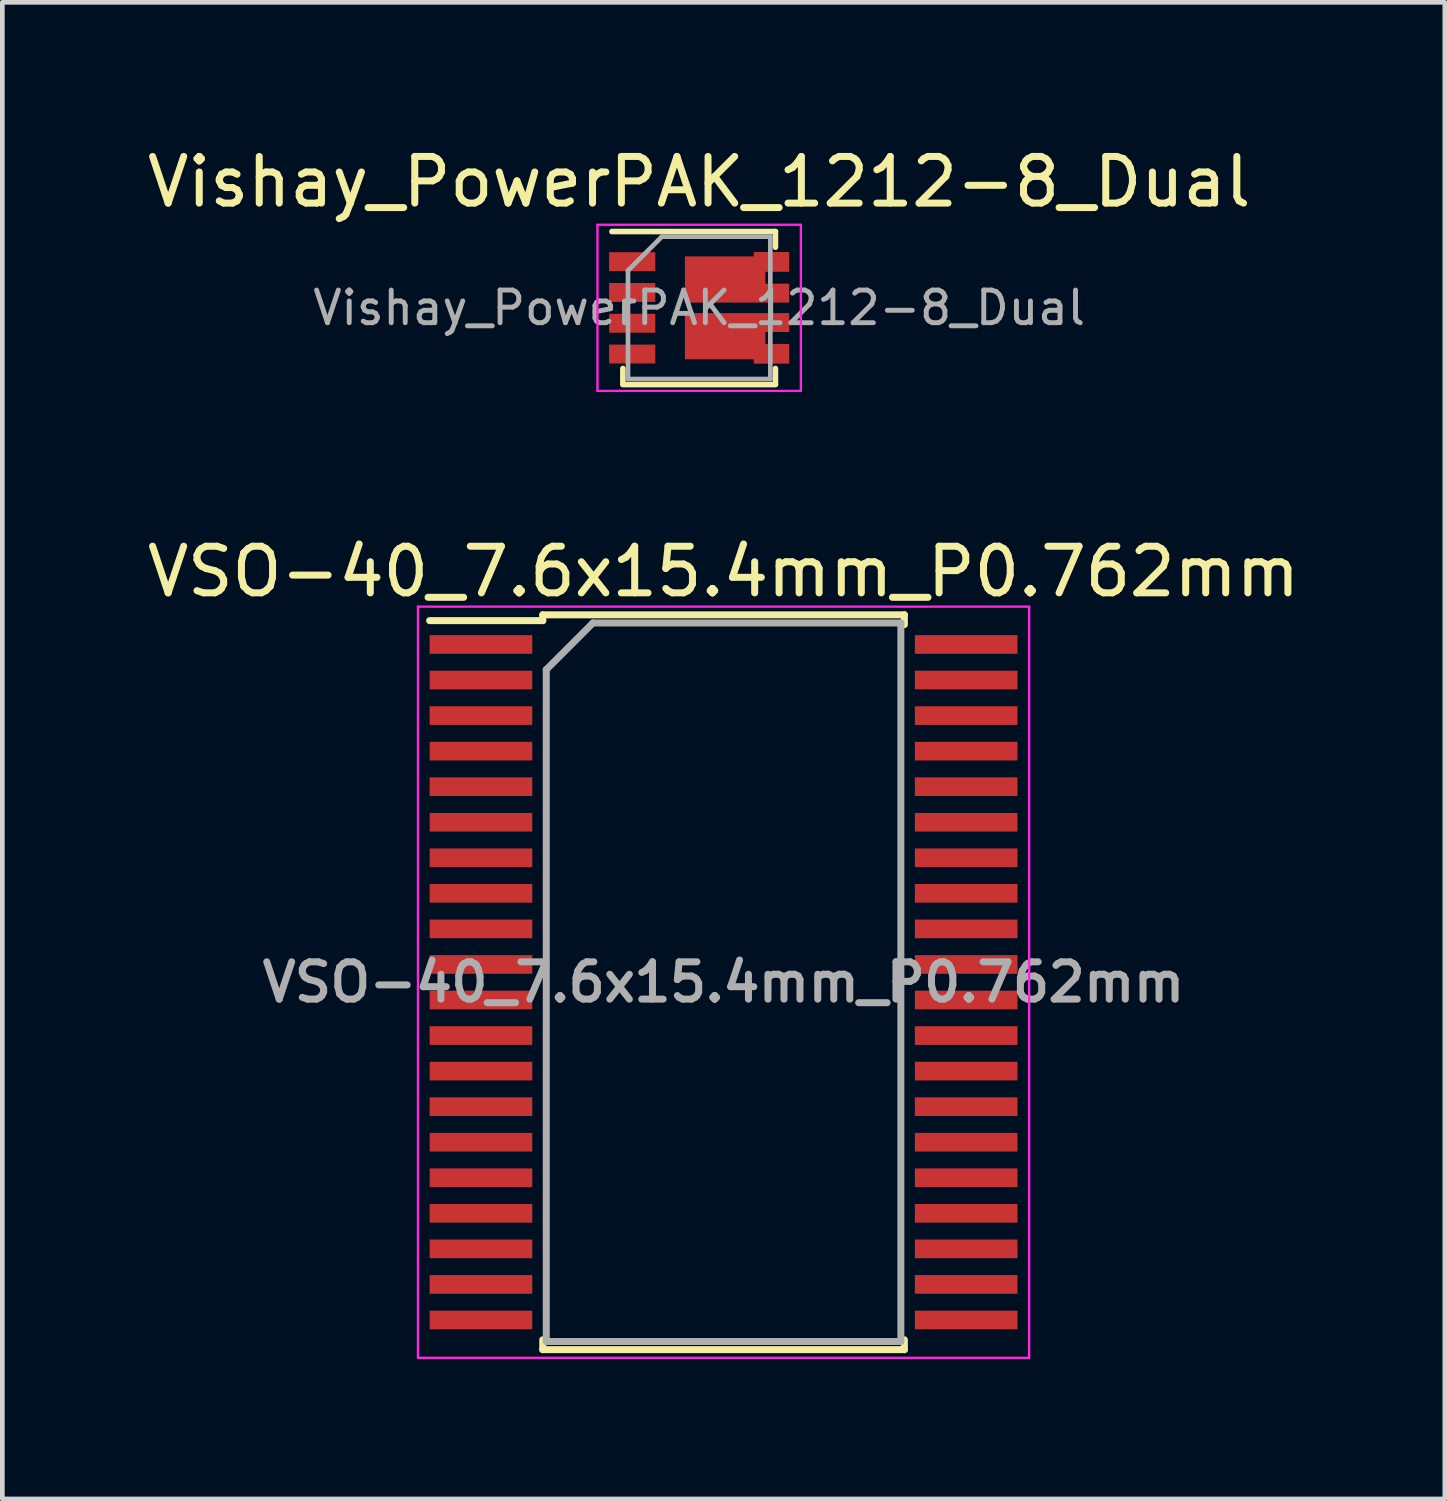
<source format=kicad_pcb>
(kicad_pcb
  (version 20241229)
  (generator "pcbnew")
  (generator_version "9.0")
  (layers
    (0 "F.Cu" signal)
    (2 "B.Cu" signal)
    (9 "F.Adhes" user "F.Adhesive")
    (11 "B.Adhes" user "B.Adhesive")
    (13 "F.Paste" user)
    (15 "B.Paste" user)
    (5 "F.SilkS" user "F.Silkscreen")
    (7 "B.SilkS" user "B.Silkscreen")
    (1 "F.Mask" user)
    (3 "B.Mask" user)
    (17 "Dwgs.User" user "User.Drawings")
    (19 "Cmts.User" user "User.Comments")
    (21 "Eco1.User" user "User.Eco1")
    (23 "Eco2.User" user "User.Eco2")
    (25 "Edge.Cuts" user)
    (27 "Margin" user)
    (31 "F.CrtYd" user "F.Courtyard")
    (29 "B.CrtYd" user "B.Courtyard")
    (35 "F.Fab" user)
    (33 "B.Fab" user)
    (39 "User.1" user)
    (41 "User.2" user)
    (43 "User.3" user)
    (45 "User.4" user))
  (footprint "VSO-40_7.6x15.4mm_P0.762mm"
    (layer "F.Cu")
    (at 12.458 18.002)
    (property "Reference" "VSO-40_7.6x15.4mm_P0.762mm" (at 0 -8.8 0) (layer "F.SilkS") (effects (font (size 1 1) (thickness 0.15))))
    (attr smd)
    (fp_line (start -3.875 -7.875) (end -3.875 -7.75) (stroke (width 0.15) (type solid)) (layer "F.SilkS"))
    (fp_line (start -3.875 -7.875) (end 3.875 -7.875) (stroke (width 0.15) (type solid)) (layer "F.SilkS"))
    (fp_line (start -3.875 -7.75) (end -6.3 -7.75) (stroke (width 0.15) (type solid)) (layer "F.SilkS"))
    (fp_line (start -3.875 7.875) (end -3.875 7.664) (stroke (width 0.15) (type solid)) (layer "F.SilkS"))
    (fp_line (start -3.875 7.875) (end 3.875 7.875) (stroke (width 0.15) (type solid)) (layer "F.SilkS"))
    (fp_line (start 3.875 -7.875) (end 3.875 -7.664) (stroke (width 0.15) (type solid)) (layer "F.SilkS"))
    (fp_line (start 3.875 7.875) (end 3.875 7.664) (stroke (width 0.15) (type solid)) (layer "F.SilkS"))
    (fp_line (start -6.55 -8.05) (end -6.55 8.05) (stroke (width 0.05) (type solid)) (layer "F.CrtYd"))
    (fp_line (start -6.55 -8.05) (end 6.55 -8.05) (stroke (width 0.05) (type solid)) (layer "F.CrtYd"))
    (fp_line (start -6.55 8.05) (end 6.55 8.05) (stroke (width 0.05) (type solid)) (layer "F.CrtYd"))
    (fp_line (start 6.55 -8.05) (end 6.55 8.05) (stroke (width 0.05) (type solid)) (layer "F.CrtYd"))
    (fp_line (start -3.8 -6.7) (end -2.8 -7.7) (stroke (width 0.15) (type solid)) (layer "F.Fab"))
    (fp_line (start -3.8 7.7) (end -3.8 -6.7) (stroke (width 0.15) (type solid)) (layer "F.Fab"))
    (fp_line (start -2.8 -7.7) (end 3.8 -7.7) (stroke (width 0.15) (type solid)) (layer "F.Fab"))
    (fp_line (start 3.8 -7.7) (end 3.8 7.7) (stroke (width 0.15) (type solid)) (layer "F.Fab"))
    (fp_line (start 3.8 7.7) (end -3.8 7.7) (stroke (width 0.15) (type solid)) (layer "F.Fab"))
    (fp_text user "${REFERENCE}" (at 0 0 0) (layer "F.Fab") (effects (font (size 0.8 0.8) (thickness 0.15))))
    (pad "1" smd rect (at -5.2 -7.239) (size 2.2 0.4) (layers "F.Cu" "F.Mask" "F.Paste"))
    (pad "2" smd rect (at -5.2 -6.477) (size 2.2 0.4) (layers "F.Cu" "F.Mask" "F.Paste"))
    (pad "3" smd rect (at -5.2 -5.715) (size 2.2 0.4) (layers "F.Cu" "F.Mask" "F.Paste"))
    (pad "4" smd rect (at -5.2 -4.953) (size 2.2 0.4) (layers "F.Cu" "F.Mask" "F.Paste"))
    (pad "5" smd rect (at -5.2 -4.191) (size 2.2 0.4) (layers "F.Cu" "F.Mask" "F.Paste"))
    (pad "6" smd rect (at -5.2 -3.429) (size 2.2 0.4) (layers "F.Cu" "F.Mask" "F.Paste"))
    (pad "7" smd rect (at -5.2 -2.667) (size 2.2 0.4) (layers "F.Cu" "F.Mask" "F.Paste"))
    (pad "8" smd rect (at -5.2 -1.905) (size 2.2 0.4) (layers "F.Cu" "F.Mask" "F.Paste"))
    (pad "9" smd rect (at -5.2 -1.143) (size 2.2 0.4) (layers "F.Cu" "F.Mask" "F.Paste"))
    (pad "10" smd rect (at -5.2 -0.381) (size 2.2 0.4) (layers "F.Cu" "F.Mask" "F.Paste"))
    (pad "11" smd rect (at -5.2 0.381) (size 2.2 0.4) (layers "F.Cu" "F.Mask" "F.Paste"))
    (pad "12" smd rect (at -5.2 1.143) (size 2.2 0.4) (layers "F.Cu" "F.Mask" "F.Paste"))
    (pad "13" smd rect (at -5.2 1.905) (size 2.2 0.4) (layers "F.Cu" "F.Mask" "F.Paste"))
    (pad "14" smd rect (at -5.2 2.667) (size 2.2 0.4) (layers "F.Cu" "F.Mask" "F.Paste"))
    (pad "15" smd rect (at -5.2 3.429) (size 2.2 0.4) (layers "F.Cu" "F.Mask" "F.Paste"))
    (pad "16" smd rect (at -5.2 4.191) (size 2.2 0.4) (layers "F.Cu" "F.Mask" "F.Paste"))
    (pad "17" smd rect (at -5.2 4.953) (size 2.2 0.4) (layers "F.Cu" "F.Mask" "F.Paste"))
    (pad "18" smd rect (at -5.2 5.715) (size 2.2 0.4) (layers "F.Cu" "F.Mask" "F.Paste"))
    (pad "19" smd rect (at -5.2 6.477) (size 2.2 0.4) (layers "F.Cu" "F.Mask" "F.Paste"))
    (pad "20" smd rect (at -5.2 7.239) (size 2.2 0.4) (layers "F.Cu" "F.Mask" "F.Paste"))
    (pad "21" smd rect (at 5.2 7.239) (size 2.2 0.4) (layers "F.Cu" "F.Mask" "F.Paste"))
    (pad "22" smd rect (at 5.2 6.477) (size 2.2 0.4) (layers "F.Cu" "F.Mask" "F.Paste"))
    (pad "23" smd rect (at 5.2 5.715) (size 2.2 0.4) (layers "F.Cu" "F.Mask" "F.Paste"))
    (pad "24" smd rect (at 5.2 4.953) (size 2.2 0.4) (layers "F.Cu" "F.Mask" "F.Paste"))
    (pad "25" smd rect (at 5.2 4.191) (size 2.2 0.4) (layers "F.Cu" "F.Mask" "F.Paste"))
    (pad "26" smd rect (at 5.2 3.429) (size 2.2 0.4) (layers "F.Cu" "F.Mask" "F.Paste"))
    (pad "27" smd rect (at 5.2 2.667) (size 2.2 0.4) (layers "F.Cu" "F.Mask" "F.Paste"))
    (pad "28" smd rect (at 5.2 1.905) (size 2.2 0.4) (layers "F.Cu" "F.Mask" "F.Paste"))
    (pad "29" smd rect (at 5.2 1.143) (size 2.2 0.4) (layers "F.Cu" "F.Mask" "F.Paste"))
    (pad "30" smd rect (at 5.2 0.381) (size 2.2 0.4) (layers "F.Cu" "F.Mask" "F.Paste"))
    (pad "31" smd rect (at 5.2 -0.381) (size 2.2 0.4) (layers "F.Cu" "F.Mask" "F.Paste"))
    (pad "32" smd rect (at 5.2 -1.143) (size 2.2 0.4) (layers "F.Cu" "F.Mask" "F.Paste"))
    (pad "33" smd rect (at 5.2 -1.905) (size 2.2 0.4) (layers "F.Cu" "F.Mask" "F.Paste"))
    (pad "34" smd rect (at 5.2 -2.667) (size 2.2 0.4) (layers "F.Cu" "F.Mask" "F.Paste"))
    (pad "35" smd rect (at 5.2 -3.429) (size 2.2 0.4) (layers "F.Cu" "F.Mask" "F.Paste"))
    (pad "36" smd rect (at 5.2 -4.191) (size 2.2 0.4) (layers "F.Cu" "F.Mask" "F.Paste"))
    (pad "37" smd rect (at 5.2 -4.953) (size 2.2 0.4) (layers "F.Cu" "F.Mask" "F.Paste"))
    (pad "38" smd rect (at 5.2 -5.715) (size 2.2 0.4) (layers "F.Cu" "F.Mask" "F.Paste"))
    (pad "39" smd rect (at 5.2 -6.477) (size 2.2 0.4) (layers "F.Cu" "F.Mask" "F.Paste"))
    (pad "40" smd rect (at 5.2 -7.239) (size 2.2 0.4) (layers "F.Cu" "F.Mask" "F.Paste")))
  (footprint "Vishay_PowerPAK_1212-8_Dual"
    (layer "F.Cu")
    (at 11.935 3.548)
    (property "Reference" "Vishay_PowerPAK_1212-8_Dual" (at 0 -2.7 0) (layer "F.SilkS") (effects (font (size 1 1) (thickness 0.15))))
    (attr smd)
    (fp_line (start -1.87 -1.635) (end 1.635 -1.635) (stroke (width 0.12) (type solid)) (layer "F.SilkS"))
    (fp_line (start -1.635 1.3) (end -1.635 1.635) (stroke (width 0.12) (type solid)) (layer "F.SilkS"))
    (fp_line (start -1.635 1.645) (end 1.635 1.645) (stroke (width 0.12) (type solid)) (layer "F.SilkS"))
    (fp_line (start 1.635 -1.635) (end 1.635 -1.3) (stroke (width 0.12) (type solid)) (layer "F.SilkS"))
    (fp_line (start 1.635 1.3) (end 1.635 1.635) (stroke (width 0.12) (type solid)) (layer "F.SilkS"))
    (fp_line (start -2.18 -1.78) (end -2.18 1.78) (stroke (width 0.05) (type solid)) (layer "F.CrtYd"))
    (fp_line (start -2.18 -1.78) (end 2.18 -1.78) (stroke (width 0.05) (type solid)) (layer "F.CrtYd"))
    (fp_line (start -2.18 1.78) (end 2.18 1.78) (stroke (width 0.05) (type solid)) (layer "F.CrtYd"))
    (fp_line (start 2.18 -1.78) (end 2.18 1.78) (stroke (width 0.05) (type solid)) (layer "F.CrtYd"))
    (fp_line (start -1.525 -0.8) (end -1.525 1.525) (stroke (width 0.1) (type solid)) (layer "F.Fab"))
    (fp_line (start -1.525 -0.8) (end -0.8 -1.525) (stroke (width 0.1) (type solid)) (layer "F.Fab"))
    (fp_line (start -1.525 1.525) (end 1.525 1.525) (stroke (width 0.1) (type solid)) (layer "F.Fab"))
    (fp_line (start -0.8 -1.525) (end 1.525 -1.525) (stroke (width 0.1) (type solid)) (layer "F.Fab"))
    (fp_line (start 1.525 -1.525) (end 1.525 1.525) (stroke (width 0.1) (type solid)) (layer "F.Fab"))
    (fp_text user "${REFERENCE}" (at 0 0 0) (layer "F.Fab") (effects (font (size 0.7 0.7) (thickness 0.105))))
    (pad "1" smd rect (at -1.435 -0.99) (size 0.99 0.405) (layers "F.Cu" "F.Mask" "F.Paste"))
    (pad "2" smd rect (at -1.435 -0.33) (size 0.99 0.405) (layers "F.Cu" "F.Mask" "F.Paste"))
    (pad "3" smd rect (at -1.435 0.33) (size 0.99 0.405) (layers "F.Cu" "F.Mask" "F.Paste"))
    (pad "4" smd rect (at -1.435 0.99) (size 0.99 0.405) (layers "F.Cu" "F.Mask" "F.Paste"))
    (pad "5" smd custom (at 0.557 0.608) (size 1.725 0.99) (layers "F.Cu" "F.Mask" "F.Paste") (options (anchor rect)) (primitives (gr_poly (pts (xy 0.613 -0.495) (xy 1.373 -0.495) (xy 1.373 -0.09) (xy 0.863 -0.09) (xy 0.863 0.165) (xy 1.373 0.165) (xy 1.373 0.588) (xy 0.613 0.588)) (width 0) (fill yes))))
    (pad "6" smd custom (at 0.557 -0.608) (size 1.725 0.99) (layers "F.Cu" "F.Mask" "F.Paste") (options (anchor rect)) (primitives (gr_poly (pts (xy 0.613 0.495) (xy 1.373 0.495) (xy 1.373 0.09) (xy 0.863 0.09) (xy 0.863 -0.165) (xy 1.373 -0.165) (xy 1.373 -0.588) (xy 0.613 -0.588)) (width 0) (fill yes)))))
  (gr_rect
    (start -3 -3)
    (end 27.917 29.076)
    (stroke (width 0.1) (type default))
    (fill no)
    (layer "Edge.Cuts")))
</source>
